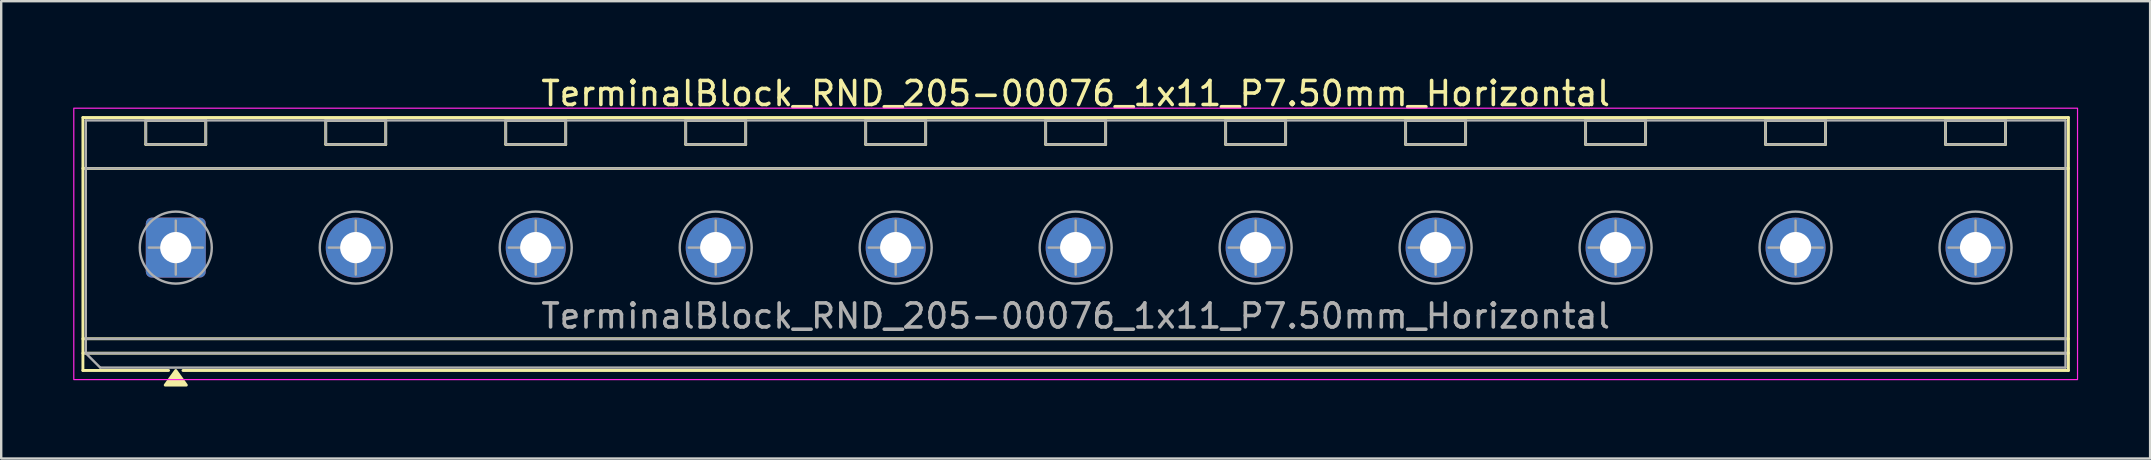
<source format=kicad_pcb>
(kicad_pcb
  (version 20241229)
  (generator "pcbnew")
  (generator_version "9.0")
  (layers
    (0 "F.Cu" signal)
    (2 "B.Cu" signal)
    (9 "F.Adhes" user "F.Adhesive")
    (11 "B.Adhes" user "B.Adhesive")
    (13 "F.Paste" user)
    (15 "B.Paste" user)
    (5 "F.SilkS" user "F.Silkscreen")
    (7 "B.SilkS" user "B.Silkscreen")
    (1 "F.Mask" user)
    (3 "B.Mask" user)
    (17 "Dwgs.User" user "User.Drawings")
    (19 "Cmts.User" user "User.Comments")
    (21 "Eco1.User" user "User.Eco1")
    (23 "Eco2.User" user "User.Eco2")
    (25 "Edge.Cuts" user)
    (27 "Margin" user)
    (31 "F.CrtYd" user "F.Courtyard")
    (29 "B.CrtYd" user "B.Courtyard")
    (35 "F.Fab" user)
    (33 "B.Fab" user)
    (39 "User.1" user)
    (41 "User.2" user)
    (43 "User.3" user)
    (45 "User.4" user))
  (footprint "TerminalBlock_RND_205-00076_1x11_P7.50mm_Horizontal"
    (layer "F.Cu")
    (at 4.275 7.268)
    (property "Reference" "TerminalBlock_RND_205-00076_1x11_P7.50mm_Horizontal" (at 37.5 -6.42 0) (layer "F.SilkS") (effects (font (size 1 1) (thickness 0.15))))
    (attr through_hole)
    (fp_line (start -3.87 -5.42) (end 78.87 -5.42) (stroke (width 0.12) (type solid)) (layer "F.SilkS"))
    (fp_line (start -3.87 -3.3) (end 78.87 -3.3) (stroke (width 0.12) (type solid)) (layer "F.SilkS"))
    (fp_line (start -3.87 3.8) (end 78.87 3.8) (stroke (width 0.12) (type solid)) (layer "F.SilkS"))
    (fp_line (start -3.87 4.4) (end 78.87 4.4) (stroke (width 0.12) (type solid)) (layer "F.SilkS"))
    (fp_line (start -3.87 5.12) (end -3.87 -5.42) (stroke (width 0.12) (type solid)) (layer "F.SilkS"))
    (fp_line (start -1.25 -5.3) (end 1.25 -5.3) (stroke (width 0.12) (type solid)) (layer "F.SilkS"))
    (fp_line (start -1.25 -4.3) (end -1.25 -5.3) (stroke (width 0.12) (type solid)) (layer "F.SilkS"))
    (fp_line (start -0.3 5.12) (end -3.87 5.12) (stroke (width 0.12) (type solid)) (layer "F.SilkS"))
    (fp_line (start 1.25 -5.3) (end 1.25 -4.3) (stroke (width 0.12) (type solid)) (layer "F.SilkS"))
    (fp_line (start 1.25 -4.3) (end -1.25 -4.3) (stroke (width 0.12) (type solid)) (layer "F.SilkS"))
    (fp_line (start 6.25 -5.3) (end 8.75 -5.3) (stroke (width 0.12) (type solid)) (layer "F.SilkS"))
    (fp_line (start 6.25 -4.3) (end 6.25 -5.3) (stroke (width 0.12) (type solid)) (layer "F.SilkS"))
    (fp_line (start 8.75 -5.3) (end 8.75 -4.3) (stroke (width 0.12) (type solid)) (layer "F.SilkS"))
    (fp_line (start 8.75 -4.3) (end 6.25 -4.3) (stroke (width 0.12) (type solid)) (layer "F.SilkS"))
    (fp_line (start 13.75 -5.3) (end 16.25 -5.3) (stroke (width 0.12) (type solid)) (layer "F.SilkS"))
    (fp_line (start 13.75 -4.3) (end 13.75 -5.3) (stroke (width 0.12) (type solid)) (layer "F.SilkS"))
    (fp_line (start 16.25 -5.3) (end 16.25 -4.3) (stroke (width 0.12) (type solid)) (layer "F.SilkS"))
    (fp_line (start 16.25 -4.3) (end 13.75 -4.3) (stroke (width 0.12) (type solid)) (layer "F.SilkS"))
    (fp_line (start 21.25 -5.3) (end 23.75 -5.3) (stroke (width 0.12) (type solid)) (layer "F.SilkS"))
    (fp_line (start 21.25 -4.3) (end 21.25 -5.3) (stroke (width 0.12) (type solid)) (layer "F.SilkS"))
    (fp_line (start 23.75 -5.3) (end 23.75 -4.3) (stroke (width 0.12) (type solid)) (layer "F.SilkS"))
    (fp_line (start 23.75 -4.3) (end 21.25 -4.3) (stroke (width 0.12) (type solid)) (layer "F.SilkS"))
    (fp_line (start 28.75 -5.3) (end 31.25 -5.3) (stroke (width 0.12) (type solid)) (layer "F.SilkS"))
    (fp_line (start 28.75 -4.3) (end 28.75 -5.3) (stroke (width 0.12) (type solid)) (layer "F.SilkS"))
    (fp_line (start 31.25 -5.3) (end 31.25 -4.3) (stroke (width 0.12) (type solid)) (layer "F.SilkS"))
    (fp_line (start 31.25 -4.3) (end 28.75 -4.3) (stroke (width 0.12) (type solid)) (layer "F.SilkS"))
    (fp_line (start 36.25 -5.3) (end 38.75 -5.3) (stroke (width 0.12) (type solid)) (layer "F.SilkS"))
    (fp_line (start 36.25 -4.3) (end 36.25 -5.3) (stroke (width 0.12) (type solid)) (layer "F.SilkS"))
    (fp_line (start 38.75 -5.3) (end 38.75 -4.3) (stroke (width 0.12) (type solid)) (layer "F.SilkS"))
    (fp_line (start 38.75 -4.3) (end 36.25 -4.3) (stroke (width 0.12) (type solid)) (layer "F.SilkS"))
    (fp_line (start 43.75 -5.3) (end 46.25 -5.3) (stroke (width 0.12) (type solid)) (layer "F.SilkS"))
    (fp_line (start 43.75 -4.3) (end 43.75 -5.3) (stroke (width 0.12) (type solid)) (layer "F.SilkS"))
    (fp_line (start 46.25 -5.3) (end 46.25 -4.3) (stroke (width 0.12) (type solid)) (layer "F.SilkS"))
    (fp_line (start 46.25 -4.3) (end 43.75 -4.3) (stroke (width 0.12) (type solid)) (layer "F.SilkS"))
    (fp_line (start 51.25 -5.3) (end 53.75 -5.3) (stroke (width 0.12) (type solid)) (layer "F.SilkS"))
    (fp_line (start 51.25 -4.3) (end 51.25 -5.3) (stroke (width 0.12) (type solid)) (layer "F.SilkS"))
    (fp_line (start 53.75 -5.3) (end 53.75 -4.3) (stroke (width 0.12) (type solid)) (layer "F.SilkS"))
    (fp_line (start 53.75 -4.3) (end 51.25 -4.3) (stroke (width 0.12) (type solid)) (layer "F.SilkS"))
    (fp_line (start 58.75 -5.3) (end 61.25 -5.3) (stroke (width 0.12) (type solid)) (layer "F.SilkS"))
    (fp_line (start 58.75 -4.3) (end 58.75 -5.3) (stroke (width 0.12) (type solid)) (layer "F.SilkS"))
    (fp_line (start 61.25 -5.3) (end 61.25 -4.3) (stroke (width 0.12) (type solid)) (layer "F.SilkS"))
    (fp_line (start 61.25 -4.3) (end 58.75 -4.3) (stroke (width 0.12) (type solid)) (layer "F.SilkS"))
    (fp_line (start 66.25 -5.3) (end 68.75 -5.3) (stroke (width 0.12) (type solid)) (layer "F.SilkS"))
    (fp_line (start 66.25 -4.3) (end 66.25 -5.3) (stroke (width 0.12) (type solid)) (layer "F.SilkS"))
    (fp_line (start 68.75 -5.3) (end 68.75 -4.3) (stroke (width 0.12) (type solid)) (layer "F.SilkS"))
    (fp_line (start 68.75 -4.3) (end 66.25 -4.3) (stroke (width 0.12) (type solid)) (layer "F.SilkS"))
    (fp_line (start 73.75 -5.3) (end 76.25 -5.3) (stroke (width 0.12) (type solid)) (layer "F.SilkS"))
    (fp_line (start 73.75 -4.3) (end 73.75 -5.3) (stroke (width 0.12) (type solid)) (layer "F.SilkS"))
    (fp_line (start 76.25 -5.3) (end 76.25 -4.3) (stroke (width 0.12) (type solid)) (layer "F.SilkS"))
    (fp_line (start 76.25 -4.3) (end 73.75 -4.3) (stroke (width 0.12) (type solid)) (layer "F.SilkS"))
    (fp_line (start 78.87 -5.42) (end 78.87 5.12) (stroke (width 0.12) (type solid)) (layer "F.SilkS"))
    (fp_line (start 78.87 5.12) (end 0.3 5.12) (stroke (width 0.12) (type solid)) (layer "F.SilkS"))
    (fp_poly (pts (xy 0 5.12) (xy 0.44 5.73) (xy -0.44 5.73)) (stroke (width 0.12) (type solid)) (fill yes) (layer "F.SilkS"))
    (fp_rect (start -4.25 -5.81) (end 79.25 5.5) (stroke (width 0.05) (type solid)) (fill no) (layer "F.CrtYd"))
    (fp_line (start -3.75 -5.3) (end 78.75 -5.3) (stroke (width 0.1) (type solid)) (layer "F.Fab"))
    (fp_line (start -3.75 -3.3) (end 78.75 -3.3) (stroke (width 0.1) (type solid)) (layer "F.Fab"))
    (fp_line (start -3.75 3.8) (end 78.75 3.8) (stroke (width 0.1) (type solid)) (layer "F.Fab"))
    (fp_line (start -3.75 4.4) (end -3.75 -5.3) (stroke (width 0.1) (type solid)) (layer "F.Fab"))
    (fp_line (start -3.75 4.4) (end 78.75 4.4) (stroke (width 0.1) (type solid)) (layer "F.Fab"))
    (fp_line (start -3.15 5) (end -3.75 4.4) (stroke (width 0.1) (type solid)) (layer "F.Fab"))
    (fp_line (start -1.125 0) (end 1.125 0) (stroke (width 0.1) (type solid)) (layer "F.Fab"))
    (fp_line (start 0 -1.125) (end 0 1.125) (stroke (width 0.1) (type solid)) (layer "F.Fab"))
    (fp_line (start 6.375 0) (end 8.625 0) (stroke (width 0.1) (type solid)) (layer "F.Fab"))
    (fp_line (start 7.5 -1.125) (end 7.5 1.125) (stroke (width 0.1) (type solid)) (layer "F.Fab"))
    (fp_line (start 13.875 0) (end 16.125 0) (stroke (width 0.1) (type solid)) (layer "F.Fab"))
    (fp_line (start 15 -1.125) (end 15 1.125) (stroke (width 0.1) (type solid)) (layer "F.Fab"))
    (fp_line (start 21.375 0) (end 23.625 0) (stroke (width 0.1) (type solid)) (layer "F.Fab"))
    (fp_line (start 22.5 -1.125) (end 22.5 1.125) (stroke (width 0.1) (type solid)) (layer "F.Fab"))
    (fp_line (start 28.875 0) (end 31.125 0) (stroke (width 0.1) (type solid)) (layer "F.Fab"))
    (fp_line (start 30 -1.125) (end 30 1.125) (stroke (width 0.1) (type solid)) (layer "F.Fab"))
    (fp_line (start 36.375 0) (end 38.625 0) (stroke (width 0.1) (type solid)) (layer "F.Fab"))
    (fp_line (start 37.5 -1.125) (end 37.5 1.125) (stroke (width 0.1) (type solid)) (layer "F.Fab"))
    (fp_line (start 43.875 0) (end 46.125 0) (stroke (width 0.1) (type solid)) (layer "F.Fab"))
    (fp_line (start 45 -1.125) (end 45 1.125) (stroke (width 0.1) (type solid)) (layer "F.Fab"))
    (fp_line (start 51.375 0) (end 53.625 0) (stroke (width 0.1) (type solid)) (layer "F.Fab"))
    (fp_line (start 52.5 -1.125) (end 52.5 1.125) (stroke (width 0.1) (type solid)) (layer "F.Fab"))
    (fp_line (start 58.875 0) (end 61.125 0) (stroke (width 0.1) (type solid)) (layer "F.Fab"))
    (fp_line (start 60 -1.125) (end 60 1.125) (stroke (width 0.1) (type solid)) (layer "F.Fab"))
    (fp_line (start 66.375 0) (end 68.625 0) (stroke (width 0.1) (type solid)) (layer "F.Fab"))
    (fp_line (start 67.5 -1.125) (end 67.5 1.125) (stroke (width 0.1) (type solid)) (layer "F.Fab"))
    (fp_line (start 73.875 0) (end 76.125 0) (stroke (width 0.1) (type solid)) (layer "F.Fab"))
    (fp_line (start 75 -1.125) (end 75 1.125) (stroke (width 0.1) (type solid)) (layer "F.Fab"))
    (fp_line (start 78.75 -5.3) (end 78.75 5) (stroke (width 0.1) (type solid)) (layer "F.Fab"))
    (fp_line (start 78.75 5) (end -3.15 5) (stroke (width 0.1) (type solid)) (layer "F.Fab"))
    (fp_rect (start -1.25 -5.3) (end 1.25 -4.3) (stroke (width 0.1) (type solid)) (fill no) (layer "F.Fab"))
    (fp_rect (start 6.25 -5.3) (end 8.75 -4.3) (stroke (width 0.1) (type solid)) (fill no) (layer "F.Fab"))
    (fp_rect (start 13.75 -5.3) (end 16.25 -4.3) (stroke (width 0.1) (type solid)) (fill no) (layer "F.Fab"))
    (fp_rect (start 21.25 -5.3) (end 23.75 -4.3) (stroke (width 0.1) (type solid)) (fill no) (layer "F.Fab"))
    (fp_rect (start 28.75 -5.3) (end 31.25 -4.3) (stroke (width 0.1) (type solid)) (fill no) (layer "F.Fab"))
    (fp_rect (start 36.25 -5.3) (end 38.75 -4.3) (stroke (width 0.1) (type solid)) (fill no) (layer "F.Fab"))
    (fp_rect (start 43.75 -5.3) (end 46.25 -4.3) (stroke (width 0.1) (type solid)) (fill no) (layer "F.Fab"))
    (fp_rect (start 51.25 -5.3) (end 53.75 -4.3) (stroke (width 0.1) (type solid)) (fill no) (layer "F.Fab"))
    (fp_rect (start 58.75 -5.3) (end 61.25 -4.3) (stroke (width 0.1) (type solid)) (fill no) (layer "F.Fab"))
    (fp_rect (start 66.25 -5.3) (end 68.75 -4.3) (stroke (width 0.1) (type solid)) (fill no) (layer "F.Fab"))
    (fp_rect (start 73.75 -5.3) (end 76.25 -4.3) (stroke (width 0.1) (type solid)) (fill no) (layer "F.Fab"))
    (fp_circle (center 0 0) (end 1.5 0) (stroke (width 0.1) (type solid)) (fill no) (layer "F.Fab"))
    (fp_circle (center 7.5 0) (end 9 0) (stroke (width 0.1) (type solid)) (fill no) (layer "F.Fab"))
    (fp_circle (center 15 0) (end 16.5 0) (stroke (width 0.1) (type solid)) (fill no) (layer "F.Fab"))
    (fp_circle (center 22.5 0) (end 24 0) (stroke (width 0.1) (type solid)) (fill no) (layer "F.Fab"))
    (fp_circle (center 30 0) (end 31.5 0) (stroke (width 0.1) (type solid)) (fill no) (layer "F.Fab"))
    (fp_circle (center 37.5 0) (end 39 0) (stroke (width 0.1) (type solid)) (fill no) (layer "F.Fab"))
    (fp_circle (center 45 0) (end 46.5 0) (stroke (width 0.1) (type solid)) (fill no) (layer "F.Fab"))
    (fp_circle (center 52.5 0) (end 54 0) (stroke (width 0.1) (type solid)) (fill no) (layer "F.Fab"))
    (fp_circle (center 60 0) (end 61.5 0) (stroke (width 0.1) (type solid)) (fill no) (layer "F.Fab"))
    (fp_circle (center 67.5 0) (end 69 0) (stroke (width 0.1) (type solid)) (fill no) (layer "F.Fab"))
    (fp_circle (center 75 0) (end 76.5 0) (stroke (width 0.1) (type solid)) (fill no) (layer "F.Fab"))
    (fp_text user "${REFERENCE}" (at 37.5 2.85 0) (layer "F.Fab") (effects (font (size 1 1) (thickness 0.15))))
    (pad "1" thru_hole roundrect (at 0 0) (size 2.5 2.5) (drill 1.3) (layers "*.Cu" "*.Mask") (roundrect_rratio 0.1))
    (pad "2" thru_hole circle (at 7.5 0) (size 2.5 2.5) (drill 1.3) (layers "*.Cu" "*.Mask"))
    (pad "3" thru_hole circle (at 15 0) (size 2.5 2.5) (drill 1.3) (layers "*.Cu" "*.Mask"))
    (pad "4" thru_hole circle (at 22.5 0) (size 2.5 2.5) (drill 1.3) (layers "*.Cu" "*.Mask"))
    (pad "5" thru_hole circle (at 30 0) (size 2.5 2.5) (drill 1.3) (layers "*.Cu" "*.Mask"))
    (pad "6" thru_hole circle (at 37.5 0) (size 2.5 2.5) (drill 1.3) (layers "*.Cu" "*.Mask"))
    (pad "7" thru_hole circle (at 45 0) (size 2.5 2.5) (drill 1.3) (layers "*.Cu" "*.Mask"))
    (pad "8" thru_hole circle (at 52.5 0) (size 2.5 2.5) (drill 1.3) (layers "*.Cu" "*.Mask"))
    (pad "9" thru_hole circle (at 60 0) (size 2.5 2.5) (drill 1.3) (layers "*.Cu" "*.Mask"))
    (pad "10" thru_hole circle (at 67.5 0) (size 2.5 2.5) (drill 1.3) (layers "*.Cu" "*.Mask"))
    (pad "11" thru_hole circle (at 75 0) (size 2.5 2.5) (drill 1.3) (layers "*.Cu" "*.Mask")))
  (gr_rect
    (start -3 -3)
    (end 86.55 16.058)
    (stroke (width 0.1) (type default))
    (fill no)
    (layer "Edge.Cuts")))
</source>
